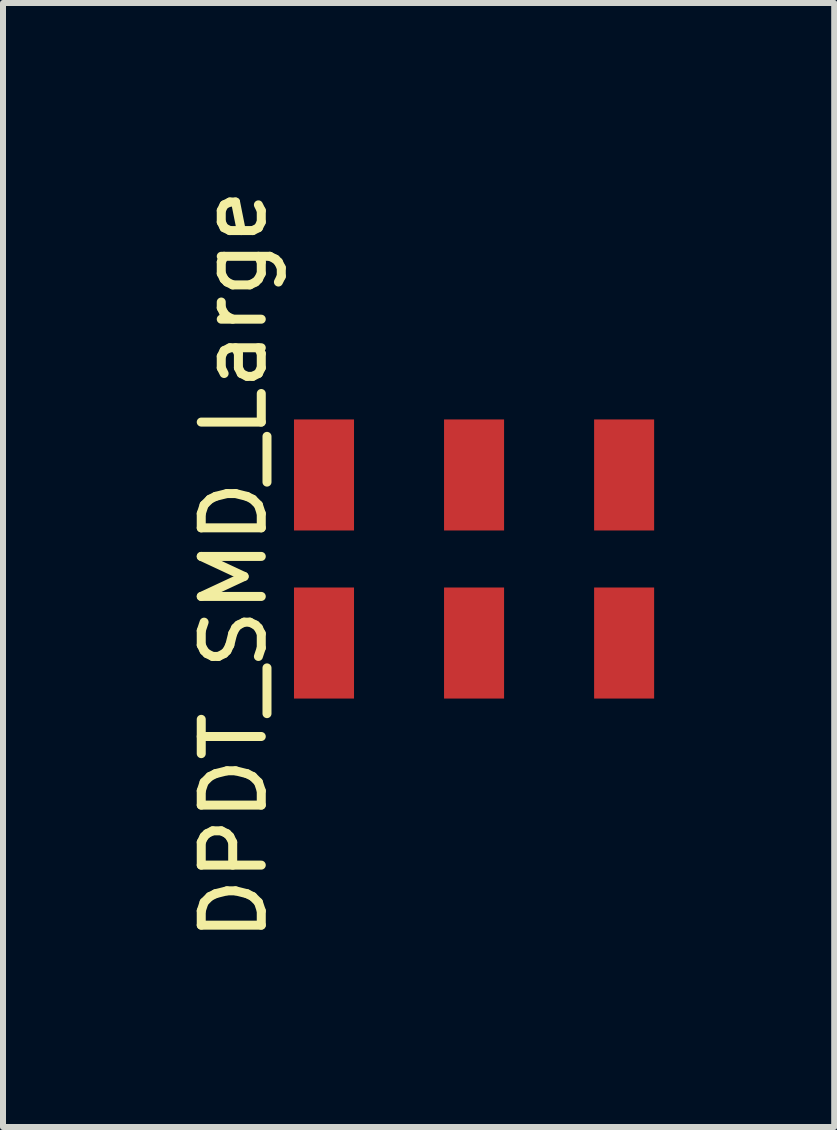
<source format=kicad_pcb>
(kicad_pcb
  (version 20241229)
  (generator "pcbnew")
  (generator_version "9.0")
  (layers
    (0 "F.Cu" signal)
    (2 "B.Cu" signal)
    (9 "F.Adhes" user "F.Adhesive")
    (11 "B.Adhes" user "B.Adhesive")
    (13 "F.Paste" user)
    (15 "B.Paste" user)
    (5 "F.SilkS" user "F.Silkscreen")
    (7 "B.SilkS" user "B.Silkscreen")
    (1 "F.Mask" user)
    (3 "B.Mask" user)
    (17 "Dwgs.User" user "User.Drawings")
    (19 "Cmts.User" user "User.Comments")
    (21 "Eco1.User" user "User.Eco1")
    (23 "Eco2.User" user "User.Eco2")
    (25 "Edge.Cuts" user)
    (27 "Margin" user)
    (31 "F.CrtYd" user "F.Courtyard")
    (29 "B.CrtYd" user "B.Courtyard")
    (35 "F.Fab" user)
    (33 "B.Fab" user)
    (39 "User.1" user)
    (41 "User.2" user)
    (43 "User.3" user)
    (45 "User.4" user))
  (footprint "DPDT_SMD_Large"
    (layer "F.Cu")
    (at 2.348 4.863)
    (property "Reference" "DPDT_SMD_Large" (at -1.5 1.5 90) (layer "F.SilkS") (effects (font (size 1 1) (thickness 0.15))))
    (attr smd)
    (pad "1" smd rect (at 0 0) (size 1 1.85) (layers "F.Cu" "F.Mask" "F.Paste"))
    (pad "2" smd rect (at 2.5 0) (size 1 1.85) (layers "F.Cu" "F.Mask" "F.Paste"))
    (pad "3" smd rect (at 5 0) (size 1 1.85) (layers "F.Cu" "F.Mask" "F.Paste"))
    (pad "4" smd rect (at 0 2.8) (size 1 1.85) (layers "F.Cu" "F.Mask" "F.Paste"))
    (pad "5" smd rect (at 2.5 2.8) (size 1 1.85) (layers "F.Cu" "F.Mask" "F.Paste"))
    (pad "6" smd rect (at 5 2.8) (size 1 1.85) (layers "F.Cu" "F.Mask" "F.Paste")))
  (gr_rect
    (start -3 -3)
    (end 10.848 15.726)
    (stroke (width 0.1) (type default))
    (fill no)
    (layer "Edge.Cuts")))
</source>
